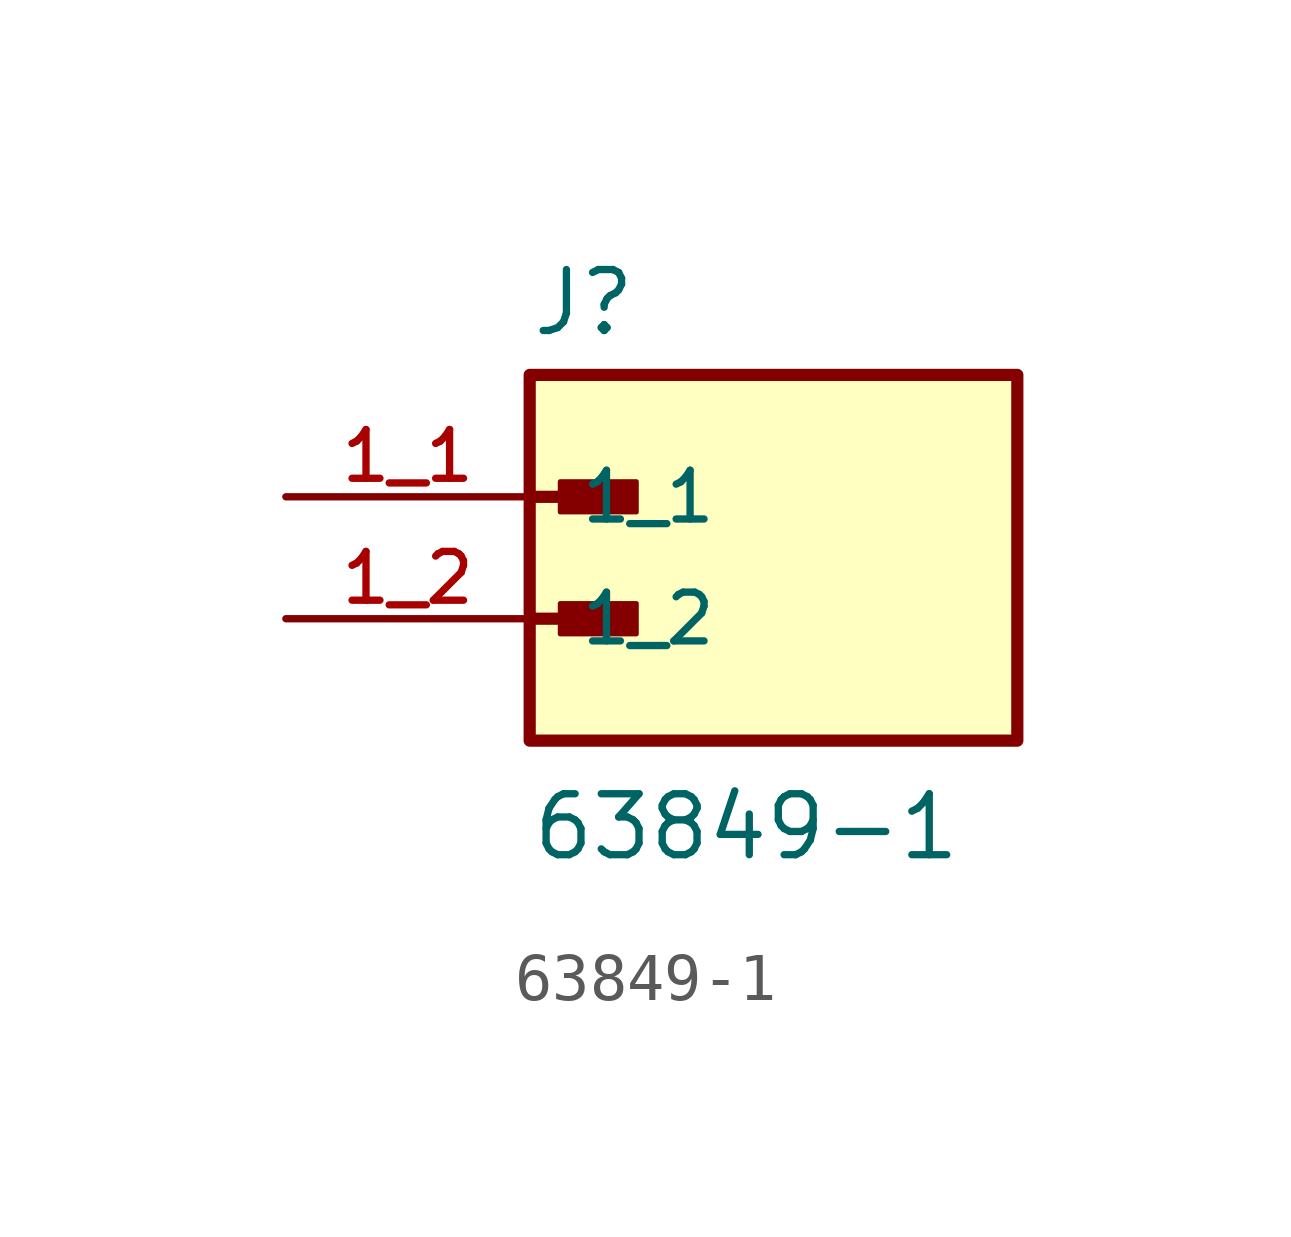
<source format=kicad_sym>
(kicad_symbol_lib
  (version 20231120)
  (generator "kicad_symbol_editor")
  (generator_version "8.0")
  (symbol "63849-1"
    (pin_names
      (offset 1.016))
    (property "Reference" "J"
      (at -5.08 5.842 0)
      (effects (font (size 1.27 1.27)) (justify left bottom)))
    (property "Value" "63849-1"
      (at -5.08 -5.08 0)
      (effects (font (size 1.27 1.27)) (justify left bottom)))
    (symbol "63849-1_0_0"
      (rectangle (start -5.08 -2.54) (end 5.08 5.08) (stroke (width 0.254) (type default)) (fill (type background)))
      (rectangle (start -4.445 -0.318) (end -2.857 0.318) (stroke (width 0.1) (type default)) (fill (type outline)))
      (rectangle (start -4.445 2.223) (end -2.857 2.857) (stroke (width 0.1) (type default)) (fill (type outline)))
      (polyline (pts (xy -5.08 0) (xy -3.175 0)) (stroke (width 0.254) (type default)) (fill (type none)))
      (polyline (pts (xy -5.08 2.54) (xy -3.175 2.54)) (stroke (width 0.254) (type default)) (fill (type none)))
      (pin passive line (at -10.16 2.54 0) (length 5.08) (name "1_1" (effects (font (size 1.016 1.016)))) (number "1_1" (effects (font (size 1.016 1.016)))))
      (pin passive line (at -10.16 0 0) (length 5.08) (name "1_2" (effects (font (size 1.016 1.016)))) (number "1_2" (effects (font (size 1.016 1.016))))))))
</source>
